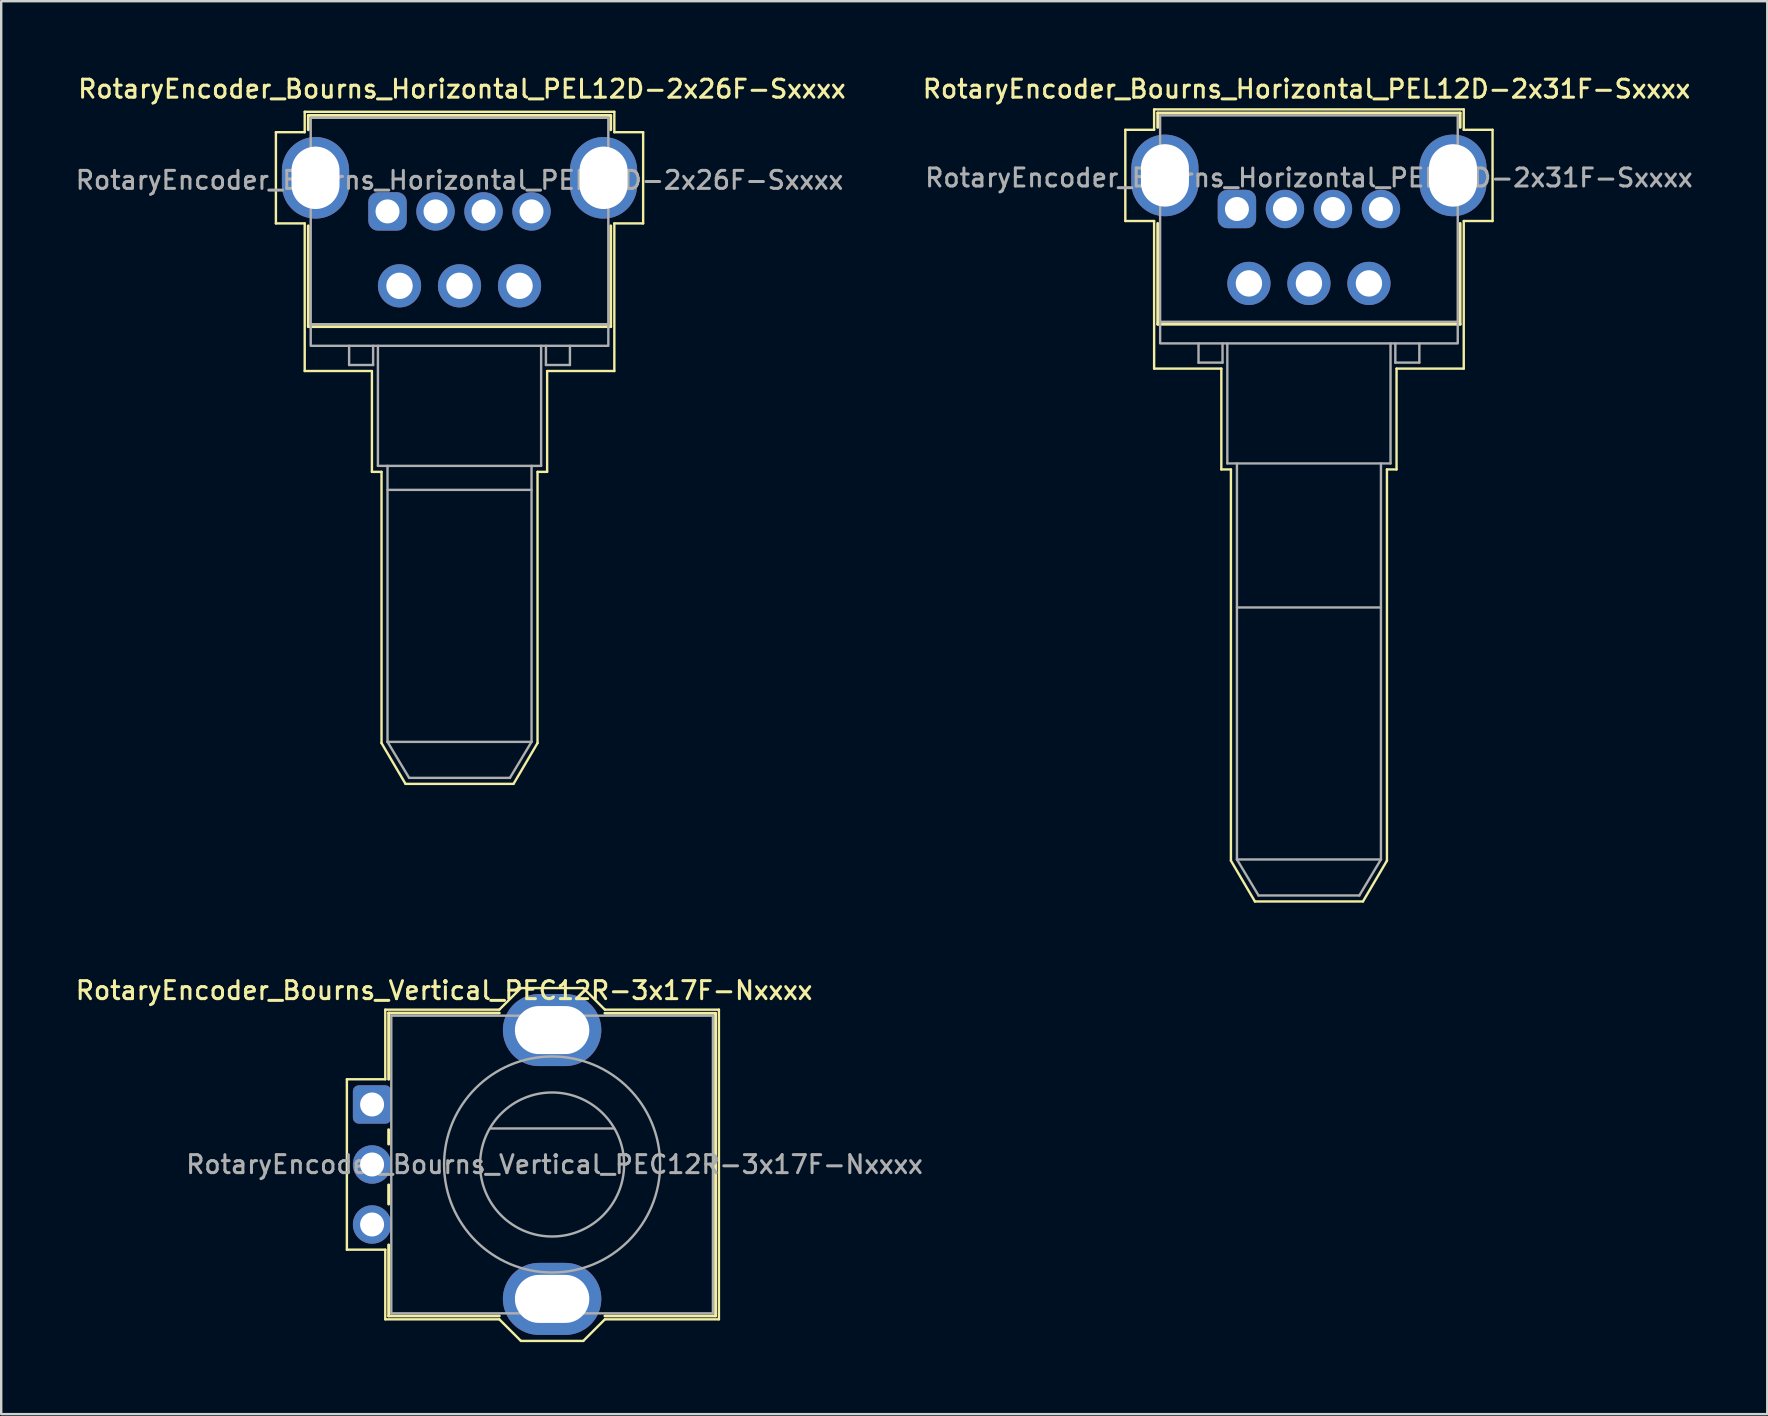
<source format=kicad_pcb>
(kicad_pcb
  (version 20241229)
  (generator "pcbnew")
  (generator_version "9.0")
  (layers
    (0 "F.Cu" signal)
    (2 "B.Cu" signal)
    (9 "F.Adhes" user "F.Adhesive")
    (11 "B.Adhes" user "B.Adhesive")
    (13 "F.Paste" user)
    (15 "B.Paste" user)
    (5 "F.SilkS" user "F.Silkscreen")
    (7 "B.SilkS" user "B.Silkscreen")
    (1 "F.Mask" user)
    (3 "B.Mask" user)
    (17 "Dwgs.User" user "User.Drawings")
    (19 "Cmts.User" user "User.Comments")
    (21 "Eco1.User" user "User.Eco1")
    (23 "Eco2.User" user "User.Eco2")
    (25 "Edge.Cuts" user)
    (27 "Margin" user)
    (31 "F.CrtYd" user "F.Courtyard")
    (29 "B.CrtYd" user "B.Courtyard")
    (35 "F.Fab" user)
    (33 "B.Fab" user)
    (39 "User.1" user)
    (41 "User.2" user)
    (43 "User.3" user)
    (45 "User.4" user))
  (footprint "RotaryEncoder_Bourns_Horizontal_PEL12D-2x26F-Sxxxx"
    (layer "F.Cu")
    (at 13.095 5.758)
    (property "Reference" "RotaryEncoder_Bourns_Horizontal_PEL12D-2x26F-Sxxxx" (at 3.1 -5.1 0) (layer "F.SilkS") (effects (font (size 0.75 0.75) (thickness 0.125))))
    (attr through_hole)
    (fp_line (start -4.65 -3.3) (end -4.65 0.5) (stroke (width 0.1) (type default)) (layer "F.SilkS"))
    (fp_line (start -4.65 0.5) (end -3.45 0.5) (stroke (width 0.1) (type default)) (layer "F.SilkS"))
    (fp_line (start -3.45 -4.15) (end -3.45 -3.3) (stroke (width 0.1) (type default)) (layer "F.SilkS"))
    (fp_line (start -3.45 -3.3) (end -4.65 -3.3) (stroke (width 0.1) (type default)) (layer "F.SilkS"))
    (fp_line (start -3.45 0.5) (end -3.45 6.65) (stroke (width 0.1) (type default)) (layer "F.SilkS"))
    (fp_line (start -3.3 -4) (end -3.3 -3.4) (stroke (width 0.12) (type default)) (layer "F.SilkS"))
    (fp_line (start -3.3 0.6) (end -3.3 4.8) (stroke (width 0.12) (type default)) (layer "F.SilkS"))
    (fp_line (start -3.3 4.8) (end 9.3 4.8) (stroke (width 0.12) (type default)) (layer "F.SilkS"))
    (fp_line (start -0.65 6.65) (end -3.45 6.65) (stroke (width 0.1) (type default)) (layer "F.SilkS"))
    (fp_line (start -0.65 10.85) (end -0.65 6.65) (stroke (width 0.1) (type default)) (layer "F.SilkS"))
    (fp_line (start -0.65 10.85) (end -0.25 10.85) (stroke (width 0.1) (type default)) (layer "F.SilkS"))
    (fp_line (start -0.25 10.85) (end -0.25 22.15) (stroke (width 0.1) (type default)) (layer "F.SilkS"))
    (fp_line (start -0.25 22.15) (end 0.75 23.85) (stroke (width 0.1) (type default)) (layer "F.SilkS"))
    (fp_line (start 0.75 23.85) (end 5.25 23.85) (stroke (width 0.1) (type default)) (layer "F.SilkS"))
    (fp_line (start 6.25 10.85) (end 6.65 10.85) (stroke (width 0.1) (type default)) (layer "F.SilkS"))
    (fp_line (start 6.25 22.15) (end 5.25 23.85) (stroke (width 0.1) (type default)) (layer "F.SilkS"))
    (fp_line (start 6.25 22.15) (end 6.25 10.85) (stroke (width 0.1) (type default)) (layer "F.SilkS"))
    (fp_line (start 6.65 6.65) (end 9.45 6.65) (stroke (width 0.1) (type default)) (layer "F.SilkS"))
    (fp_line (start 6.65 10.85) (end 6.65 6.65) (stroke (width 0.1) (type default)) (layer "F.SilkS"))
    (fp_line (start 9.3 -4) (end -3.3 -4) (stroke (width 0.12) (type default)) (layer "F.SilkS"))
    (fp_line (start 9.3 -3.4) (end 9.3 -4) (stroke (width 0.12) (type default)) (layer "F.SilkS"))
    (fp_line (start 9.3 4.8) (end 9.3 0.6) (stroke (width 0.12) (type default)) (layer "F.SilkS"))
    (fp_line (start 9.45 -4.15) (end -3.45 -4.15) (stroke (width 0.1) (type default)) (layer "F.SilkS"))
    (fp_line (start 9.45 -3.3) (end 9.45 -4.15) (stroke (width 0.1) (type default)) (layer "F.SilkS"))
    (fp_line (start 9.45 0.5) (end 10.65 0.5) (stroke (width 0.1) (type default)) (layer "F.SilkS"))
    (fp_line (start 9.45 6.65) (end 9.45 0.5) (stroke (width 0.1) (type default)) (layer "F.SilkS"))
    (fp_line (start 10.65 -3.3) (end 9.45 -3.3) (stroke (width 0.1) (type default)) (layer "F.SilkS"))
    (fp_line (start 10.65 0.5) (end 10.65 -3.3) (stroke (width 0.1) (type default)) (layer "F.SilkS"))
    (fp_line (start -1.6 5.6) (end -1.6 6.4) (stroke (width 0.1) (type default)) (layer "F.Fab"))
    (fp_line (start -1.6 6.4) (end -0.6 6.4) (stroke (width 0.1) (type default)) (layer "F.Fab"))
    (fp_line (start -0.6 6.4) (end -0.6 5.6) (stroke (width 0.1) (type default)) (layer "F.Fab"))
    (fp_line (start -0.4 10.6) (end -0.4 5.6) (stroke (width 0.1) (type default)) (layer "F.Fab"))
    (fp_line (start 0 22.1) (end 0 10.6) (stroke (width 0.1) (type default)) (layer "F.Fab"))
    (fp_line (start 0 22.1) (end 0.9 23.6) (stroke (width 0.1) (type default)) (layer "F.Fab"))
    (fp_line (start 0.9 23.6) (end 5.1 23.6) (stroke (width 0.1) (type default)) (layer "F.Fab"))
    (fp_line (start 6 10.6) (end 6 22.1) (stroke (width 0.1) (type default)) (layer "F.Fab"))
    (fp_line (start 6 11.6) (end 0 11.6) (stroke (width 0.1) (type default)) (layer "F.Fab"))
    (fp_line (start 6 22.1) (end 0 22.1) (stroke (width 0.1) (type default)) (layer "F.Fab"))
    (fp_line (start 6 22.1) (end 5.1 23.6) (stroke (width 0.1) (type default)) (layer "F.Fab"))
    (fp_line (start 6.4 5.6) (end 6.4 10.6) (stroke (width 0.1) (type default)) (layer "F.Fab"))
    (fp_line (start 6.4 10.6) (end -0.4 10.6) (stroke (width 0.1) (type default)) (layer "F.Fab"))
    (fp_line (start 6.6 6.4) (end 6.6 5.6) (stroke (width 0.1) (type default)) (layer "F.Fab"))
    (fp_line (start 7.6 5.6) (end 7.6 6.4) (stroke (width 0.1) (type default)) (layer "F.Fab"))
    (fp_line (start 7.6 6.4) (end 6.6 6.4) (stroke (width 0.1) (type default)) (layer "F.Fab"))
    (fp_line (start 9.2 4.7) (end -3.2 4.7) (stroke (width 0.1) (type default)) (layer "F.Fab"))
    (fp_rect (start -3.2 -3.9) (end 9.2 5.6) (stroke (width 0.1) (type default)) (fill no) (layer "F.Fab"))
    (fp_text user "${REFERENCE}" (at 3 -1.3 0) (layer "F.Fab") (effects (font (size 0.75 0.75) (thickness 0.125))))
    (pad "1" thru_hole roundrect (at 0 0 270) (size 1.6 1.6) (drill 1) (layers "*.Cu" "*.Mask") (roundrect_rratio 0.25))
    (pad "2" thru_hole circle (at 2 0 270) (size 1.6 1.6) (drill 1) (layers "*.Cu" "*.Mask"))
    (pad "3" thru_hole circle (at 4 0 270) (size 1.6 1.6) (drill 1) (layers "*.Cu" "*.Mask"))
    (pad "4" thru_hole circle (at 6 0 270) (size 1.6 1.6) (drill 1) (layers "*.Cu" "*.Mask"))
    (pad "A" thru_hole circle (at 0.5 3.1 270) (size 1.8 1.8) (drill 1.1) (layers "*.Cu" "*.Mask"))
    (pad "B" thru_hole circle (at 3 3.1 270) (size 1.8 1.8) (drill 1.1) (layers "*.Cu" "*.Mask"))
    (pad "C" thru_hole circle (at 5.5 3.1 270) (size 1.8 1.8) (drill 1.1) (layers "*.Cu" "*.Mask"))
    (pad "SH" thru_hole oval (at -3 -1.4 270) (size 3.4 2.8) (drill oval 2.6 2) (layers "*.Cu" "*.Mask"))
    (pad "SH" thru_hole oval (at 9 -1.4 270) (size 3.4 2.8) (drill oval 2.6 2) (layers "*.Cu" "*.Mask"))
    (zone (net_name "") (layer "F.Cu") (hatch edge 0.5) (connect_pads) (min_thickness 0.25) (filled_areas_thickness no) (keepout (tracks not_allowed) (vias not_allowed) (pads not_allowed) (copperpour allowed) (footprints allowed)) (placement (enabled no)) (fill) (polygon (pts (xy 10.395 2.558) (xy 10.395 1.658) (xy 9.695 1.658) (xy 9.695 2.558))))
    (zone (net_name "") (layer "F.Cu") (hatch edge 0.5) (connect_pads) (min_thickness 0.25) (filled_areas_thickness no) (keepout (tracks not_allowed) (vias not_allowed) (pads not_allowed) (copperpour allowed) (footprints allowed)) (placement (enabled no)) (fill) (polygon (pts (xy 22.495 2.558) (xy 22.495 1.658) (xy 21.795 1.658) (xy 21.795 2.558))))
    (zone (net_name "") (layers "F.Cu" "F.Fab") (hatch edge 0.5) (connect_pads) (min_thickness 0.25) (filled_areas_thickness no) (keepout (tracks not_allowed) (vias not_allowed) (pads not_allowed) (copperpour allowed) (footprints allowed)) (placement (enabled no)) (fill) (polygon (pts (xy 10.395 10.658) (xy 10.395 9.358) (xy 9.645 9.358) (xy 9.645 10.658))))
    (zone (net_name "") (layers "F.Cu" "F.Fab") (hatch edge 0.5) (connect_pads) (min_thickness 0.25) (filled_areas_thickness no) (keepout (tracks not_allowed) (vias not_allowed) (pads not_allowed) (copperpour allowed) (footprints allowed)) (placement (enabled no)) (fill) (polygon (pts (xy 22.545 10.708) (xy 22.545 9.408) (xy 21.795 9.408) (xy 21.795 10.708)))))
  (footprint "RotaryEncoder_Bourns_Horizontal_PEL12D-2x31F-Sxxxx"
    (layer "F.Cu")
    (at 48.484 5.658)
    (property "Reference" "RotaryEncoder_Bourns_Horizontal_PEL12D-2x31F-Sxxxx" (at 2.9 -5 0) (layer "F.SilkS") (effects (font (size 0.75 0.75) (thickness 0.125))))
    (attr through_hole)
    (fp_line (start -4.65 -3.3) (end -4.65 0.5) (stroke (width 0.1) (type default)) (layer "F.SilkS"))
    (fp_line (start -4.65 0.5) (end -3.45 0.5) (stroke (width 0.1) (type default)) (layer "F.SilkS"))
    (fp_line (start -3.45 -4.15) (end -3.45 -3.3) (stroke (width 0.1) (type default)) (layer "F.SilkS"))
    (fp_line (start -3.45 -3.3) (end -4.65 -3.3) (stroke (width 0.1) (type default)) (layer "F.SilkS"))
    (fp_line (start -3.45 0.5) (end -3.45 6.65) (stroke (width 0.1) (type default)) (layer "F.SilkS"))
    (fp_line (start -3.3 -4) (end -3.3 -3.4) (stroke (width 0.12) (type default)) (layer "F.SilkS"))
    (fp_line (start -3.3 0.6) (end -3.3 4.8) (stroke (width 0.12) (type default)) (layer "F.SilkS"))
    (fp_line (start -3.3 4.8) (end 9.3 4.8) (stroke (width 0.12) (type default)) (layer "F.SilkS"))
    (fp_line (start -0.65 6.65) (end -3.45 6.65) (stroke (width 0.1) (type default)) (layer "F.SilkS"))
    (fp_line (start -0.65 10.85) (end -0.65 6.65) (stroke (width 0.1) (type default)) (layer "F.SilkS"))
    (fp_line (start -0.65 10.85) (end -0.25 10.85) (stroke (width 0.1) (type default)) (layer "F.SilkS"))
    (fp_line (start -0.25 10.85) (end -0.25 27.15) (stroke (width 0.1) (type default)) (layer "F.SilkS"))
    (fp_line (start -0.25 27.15) (end 0.75 28.85) (stroke (width 0.1) (type default)) (layer "F.SilkS"))
    (fp_line (start 0.75 28.85) (end 5.25 28.85) (stroke (width 0.1) (type default)) (layer "F.SilkS"))
    (fp_line (start 6.25 10.85) (end 6.65 10.85) (stroke (width 0.1) (type default)) (layer "F.SilkS"))
    (fp_line (start 6.25 27.15) (end 5.25 28.85) (stroke (width 0.1) (type default)) (layer "F.SilkS"))
    (fp_line (start 6.25 27.15) (end 6.25 10.85) (stroke (width 0.1) (type default)) (layer "F.SilkS"))
    (fp_line (start 6.65 6.65) (end 9.45 6.65) (stroke (width 0.1) (type default)) (layer "F.SilkS"))
    (fp_line (start 6.65 10.85) (end 6.65 6.65) (stroke (width 0.1) (type default)) (layer "F.SilkS"))
    (fp_line (start 9.3 -4) (end -3.3 -4) (stroke (width 0.12) (type default)) (layer "F.SilkS"))
    (fp_line (start 9.3 -3.4) (end 9.3 -4) (stroke (width 0.12) (type default)) (layer "F.SilkS"))
    (fp_line (start 9.3 4.8) (end 9.3 0.6) (stroke (width 0.12) (type default)) (layer "F.SilkS"))
    (fp_line (start 9.45 -4.15) (end -3.45 -4.15) (stroke (width 0.1) (type default)) (layer "F.SilkS"))
    (fp_line (start 9.45 -3.3) (end 9.45 -4.15) (stroke (width 0.1) (type default)) (layer "F.SilkS"))
    (fp_line (start 9.45 0.5) (end 10.65 0.5) (stroke (width 0.1) (type default)) (layer "F.SilkS"))
    (fp_line (start 9.45 6.65) (end 9.45 0.5) (stroke (width 0.1) (type default)) (layer "F.SilkS"))
    (fp_line (start 10.65 -3.3) (end 9.45 -3.3) (stroke (width 0.1) (type default)) (layer "F.SilkS"))
    (fp_line (start 10.65 0.5) (end 10.65 -3.3) (stroke (width 0.1) (type default)) (layer "F.SilkS"))
    (fp_line (start -1.6 5.6) (end -1.6 6.4) (stroke (width 0.1) (type default)) (layer "F.Fab"))
    (fp_line (start -1.6 6.4) (end -0.6 6.4) (stroke (width 0.1) (type default)) (layer "F.Fab"))
    (fp_line (start -0.6 6.4) (end -0.6 5.6) (stroke (width 0.1) (type default)) (layer "F.Fab"))
    (fp_line (start -0.4 10.6) (end -0.4 5.6) (stroke (width 0.1) (type default)) (layer "F.Fab"))
    (fp_line (start 0 27.1) (end 0 10.6) (stroke (width 0.1) (type default)) (layer "F.Fab"))
    (fp_line (start 0 27.1) (end 0.9 28.6) (stroke (width 0.1) (type default)) (layer "F.Fab"))
    (fp_line (start 0.9 28.6) (end 5.1 28.6) (stroke (width 0.1) (type default)) (layer "F.Fab"))
    (fp_line (start 6 10.6) (end 6 27.1) (stroke (width 0.1) (type default)) (layer "F.Fab"))
    (fp_line (start 6 16.6) (end 0 16.6) (stroke (width 0.1) (type default)) (layer "F.Fab"))
    (fp_line (start 6 27.1) (end 0 27.1) (stroke (width 0.1) (type default)) (layer "F.Fab"))
    (fp_line (start 6 27.1) (end 5.1 28.6) (stroke (width 0.1) (type default)) (layer "F.Fab"))
    (fp_line (start 6.4 5.6) (end 6.4 10.6) (stroke (width 0.1) (type default)) (layer "F.Fab"))
    (fp_line (start 6.4 10.6) (end -0.4 10.6) (stroke (width 0.1) (type default)) (layer "F.Fab"))
    (fp_line (start 6.6 6.4) (end 6.6 5.6) (stroke (width 0.1) (type default)) (layer "F.Fab"))
    (fp_line (start 7.6 5.6) (end 7.6 6.4) (stroke (width 0.1) (type default)) (layer "F.Fab"))
    (fp_line (start 7.6 6.4) (end 6.6 6.4) (stroke (width 0.1) (type default)) (layer "F.Fab"))
    (fp_line (start 9.2 4.7) (end -3.2 4.7) (stroke (width 0.1) (type default)) (layer "F.Fab"))
    (fp_rect (start -3.2 -3.9) (end 9.2 5.6) (stroke (width 0.1) (type default)) (fill no) (layer "F.Fab"))
    (fp_text user "${REFERENCE}" (at 3 -1.3 0) (layer "F.Fab") (effects (font (size 0.75 0.75) (thickness 0.125))))
    (pad "1" thru_hole roundrect (at 0 0 270) (size 1.6 1.6) (drill 1) (layers "*.Cu" "*.Mask") (roundrect_rratio 0.25))
    (pad "2" thru_hole circle (at 2 0 270) (size 1.6 1.6) (drill 1) (layers "*.Cu" "*.Mask"))
    (pad "3" thru_hole circle (at 4 0 270) (size 1.6 1.6) (drill 1) (layers "*.Cu" "*.Mask"))
    (pad "4" thru_hole circle (at 6 0 270) (size 1.6 1.6) (drill 1) (layers "*.Cu" "*.Mask"))
    (pad "A" thru_hole circle (at 0.5 3.1 270) (size 1.8 1.8) (drill 1.1) (layers "*.Cu" "*.Mask"))
    (pad "B" thru_hole circle (at 3 3.1 270) (size 1.8 1.8) (drill 1.1) (layers "*.Cu" "*.Mask"))
    (pad "C" thru_hole circle (at 5.5 3.1 270) (size 1.8 1.8) (drill 1.1) (layers "*.Cu" "*.Mask"))
    (pad "SH" thru_hole oval (at -3 -1.4 270) (size 3.4 2.8) (drill oval 2.6 2) (layers "*.Cu" "*.Mask"))
    (pad "SH" thru_hole oval (at 9 -1.4 270) (size 3.4 2.8) (drill oval 2.6 2) (layers "*.Cu" "*.Mask"))
    (zone (net_name "") (layer "F.Cu") (hatch edge 0.5) (connect_pads) (min_thickness 0.25) (filled_areas_thickness no) (keepout (tracks not_allowed) (vias not_allowed) (pads not_allowed) (copperpour allowed) (footprints allowed)) (placement (enabled no)) (fill) (polygon (pts (xy 45.784 2.458) (xy 45.784 1.558) (xy 45.084 1.558) (xy 45.084 2.458))))
    (zone (net_name "") (layer "F.Cu") (hatch edge 0.5) (connect_pads) (min_thickness 0.25) (filled_areas_thickness no) (keepout (tracks not_allowed) (vias not_allowed) (pads not_allowed) (copperpour allowed) (footprints allowed)) (placement (enabled no)) (fill) (polygon (pts (xy 57.884 2.458) (xy 57.884 1.558) (xy 57.184 1.558) (xy 57.184 2.458))))
    (zone (net_name "") (layers "F.Cu" "F.Fab") (hatch edge 0.5) (connect_pads) (min_thickness 0.25) (filled_areas_thickness no) (keepout (tracks not_allowed) (vias not_allowed) (pads not_allowed) (copperpour allowed) (footprints allowed)) (placement (enabled no)) (fill) (polygon (pts (xy 45.784 10.558) (xy 45.784 9.258) (xy 45.034 9.258) (xy 45.034 10.558))))
    (zone (net_name "") (layers "F.Cu" "F.Fab") (hatch edge 0.5) (connect_pads) (min_thickness 0.25) (filled_areas_thickness no) (keepout (tracks not_allowed) (vias not_allowed) (pads not_allowed) (copperpour allowed) (footprints allowed)) (placement (enabled no)) (fill) (polygon (pts (xy 57.934 10.558) (xy 57.934 9.258) (xy 57.184 9.258) (xy 57.184 10.558)))))
  (footprint "RotaryEncoder_Bourns_Vertical_PEC12R-3x17F-Nxxxx"
    (layer "F.Cu")
    (at 12.452 42.966)
    (property "Reference" "RotaryEncoder_Bourns_Vertical_PEC12R-3x17F-Nxxxx" (at 3 -4.75 180) (layer "F.SilkS") (effects (font (size 0.75 0.75) (thickness 0.125))))
    (attr through_hole)
    (fp_line (start -1.05 -1.05) (end 0.55 -1.05) (stroke (width 0.1) (type solid)) (layer "F.SilkS"))
    (fp_line (start -1.05 6.05) (end -1.05 -1.05) (stroke (width 0.1) (type solid)) (layer "F.SilkS"))
    (fp_line (start 0.55 -3.95) (end 5.3 -3.95) (stroke (width 0.1) (type solid)) (layer "F.SilkS"))
    (fp_line (start 0.55 -1.05) (end 0.55 -3.95) (stroke (width 0.1) (type solid)) (layer "F.SilkS"))
    (fp_line (start 0.55 6.05) (end -1.05 6.05) (stroke (width 0.1) (type solid)) (layer "F.SilkS"))
    (fp_line (start 0.55 8.95) (end 0.55 6.05) (stroke (width 0.1) (type solid)) (layer "F.SilkS"))
    (fp_line (start 0.69 -3.81) (end 5.3 -3.81) (stroke (width 0.12) (type solid)) (layer "F.SilkS"))
    (fp_line (start 0.69 -1.05) (end 0.69 -3.81) (stroke (width 0.12) (type solid)) (layer "F.SilkS"))
    (fp_line (start 0.69 1.05) (end 0.69 1.65) (stroke (width 0.12) (type solid)) (layer "F.SilkS"))
    (fp_line (start 0.69 3.35) (end 0.69 4.15) (stroke (width 0.12) (type solid)) (layer "F.SilkS"))
    (fp_line (start 0.69 5.85) (end 0.69 8.81) (stroke (width 0.12) (type solid)) (layer "F.SilkS"))
    (fp_line (start 5.3 -3.95) (end 6.2 -4.85) (stroke (width 0.1) (type solid)) (layer "F.SilkS"))
    (fp_line (start 5.3 8.81) (end 0.69 8.81) (stroke (width 0.12) (type solid)) (layer "F.SilkS"))
    (fp_line (start 5.3 8.95) (end 0.55 8.95) (stroke (width 0.1) (type solid)) (layer "F.SilkS"))
    (fp_line (start 5.3 8.95) (end 6.2 9.85) (stroke (width 0.1) (type solid)) (layer "F.SilkS"))
    (fp_line (start 6.2 -4.85) (end 8.8 -4.85) (stroke (width 0.1) (type solid)) (layer "F.SilkS"))
    (fp_line (start 8.8 9.85) (end 6.2 9.85) (stroke (width 0.1) (type solid)) (layer "F.SilkS"))
    (fp_line (start 9.7 -3.95) (end 8.8 -4.85) (stroke (width 0.1) (type solid)) (layer "F.SilkS"))
    (fp_line (start 9.7 -3.95) (end 14.45 -3.95) (stroke (width 0.1) (type solid)) (layer "F.SilkS"))
    (fp_line (start 9.7 -3.8) (end 14.31 -3.8) (stroke (width 0.12) (type solid)) (layer "F.SilkS"))
    (fp_line (start 9.7 8.95) (end 8.8 9.85) (stroke (width 0.1) (type solid)) (layer "F.SilkS"))
    (fp_line (start 14.31 -3.8) (end 14.31 8.81) (stroke (width 0.12) (type solid)) (layer "F.SilkS"))
    (fp_line (start 14.31 8.81) (end 9.7 8.81) (stroke (width 0.12) (type solid)) (layer "F.SilkS"))
    (fp_line (start 14.45 -3.95) (end 14.45 8.95) (stroke (width 0.1) (type solid)) (layer "F.SilkS"))
    (fp_line (start 14.45 8.95) (end 9.7 8.95) (stroke (width 0.1) (type solid)) (layer "F.SilkS"))
    (fp_line (start 0.8 -3.7) (end 0.8 8.7) (stroke (width 0.1) (type solid)) (layer "F.Fab"))
    (fp_line (start 0.8 8.7) (end 14.2 8.7) (stroke (width 0.1) (type solid)) (layer "F.Fab"))
    (fp_line (start 4.91 1) (end 10.09 1) (stroke (width 0.1) (type default)) (layer "F.Fab"))
    (fp_line (start 14.2 -3.7) (end 0.8 -3.7) (stroke (width 0.1) (type solid)) (layer "F.Fab"))
    (fp_line (start 14.2 8.7) (end 14.2 -3.7) (stroke (width 0.1) (type solid)) (layer "F.Fab"))
    (fp_circle (center 7.5 2.5) (end 10.5 2.5) (stroke (width 0.1) (type solid)) (fill no) (layer "F.Fab"))
    (fp_circle (center 7.5 2.5) (end 12 2.5) (stroke (width 0.1) (type default)) (fill no) (layer "F.Fab"))
    (fp_text user "${REFERENCE}" (at 7.6 2.5 180) (layer "F.Fab") (effects (font (size 0.75 0.75) (thickness 0.125))))
    (pad "A" thru_hole roundrect (at 0 0) (size 1.6 1.6) (drill 1) (layers "*.Cu" "*.Mask") (roundrect_rratio 0.156))
    (pad "B" thru_hole circle (at 0 5) (size 1.6 1.6) (drill 1) (layers "*.Cu" "*.Mask"))
    (pad "C" thru_hole circle (at 0 2.5) (size 1.6 1.6) (drill 1) (layers "*.Cu" "*.Mask"))
    (pad "SH" thru_hole oval (at 7.5 -3.1) (size 4.1 3) (drill oval 3.1 2) (layers "*.Cu" "*.Mask"))
    (pad "SH" thru_hole oval (at 7.5 8.1) (size 4.1 3) (drill oval 3.1 2) (layers "*.Cu" "*.Mask")))
  (gr_rect
    (start -3 -3)
    (end 70.579 55.866)
    (stroke (width 0.1) (type default))
    (fill no)
    (layer "Edge.Cuts")))
</source>
